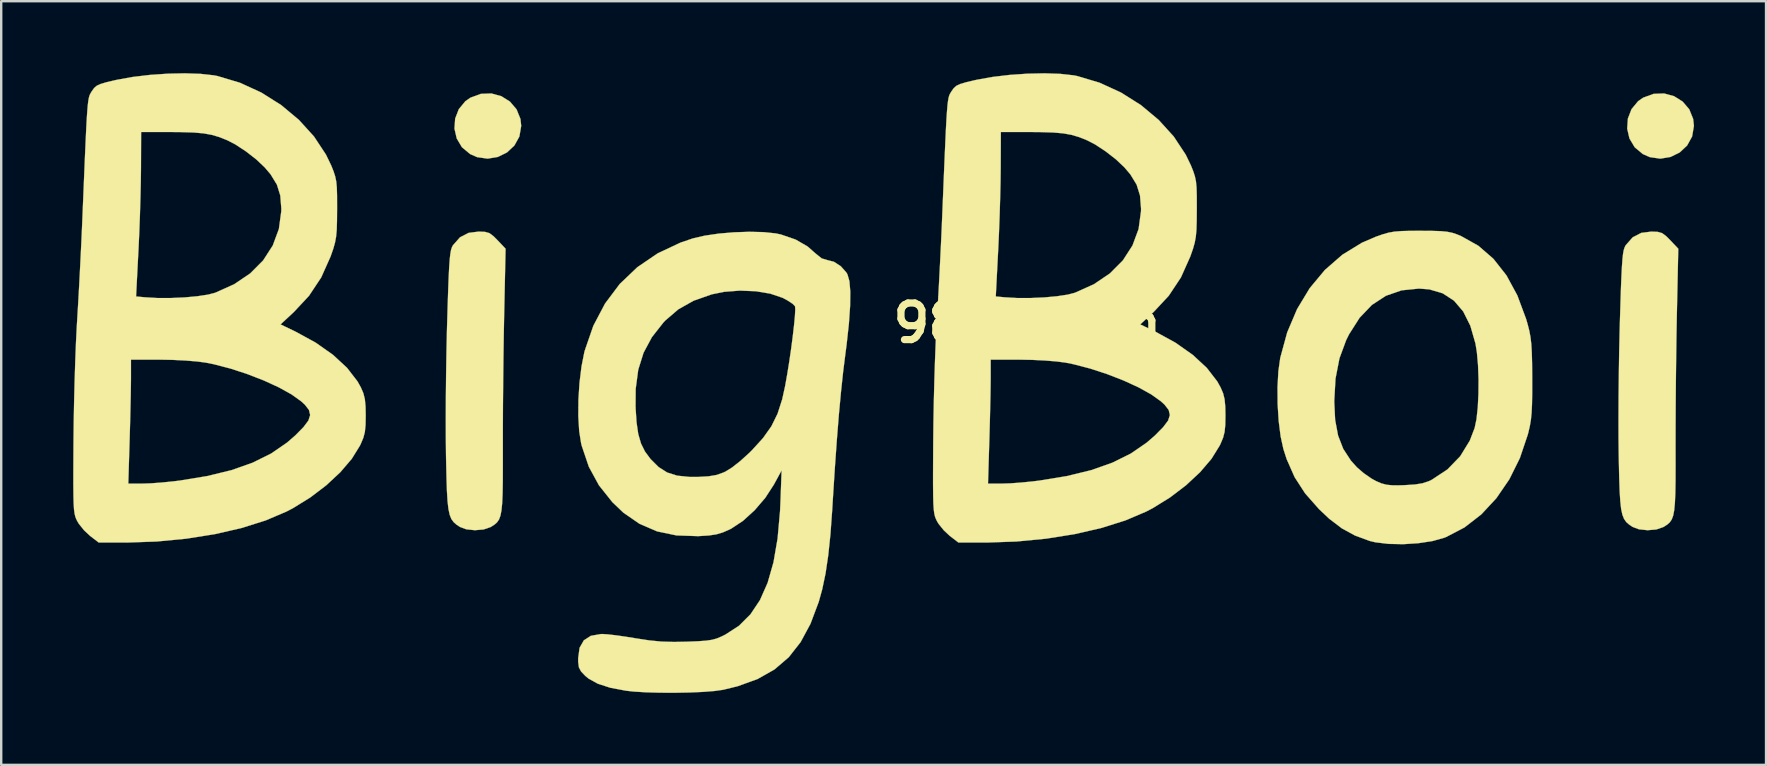
<source format=kicad_pcb>
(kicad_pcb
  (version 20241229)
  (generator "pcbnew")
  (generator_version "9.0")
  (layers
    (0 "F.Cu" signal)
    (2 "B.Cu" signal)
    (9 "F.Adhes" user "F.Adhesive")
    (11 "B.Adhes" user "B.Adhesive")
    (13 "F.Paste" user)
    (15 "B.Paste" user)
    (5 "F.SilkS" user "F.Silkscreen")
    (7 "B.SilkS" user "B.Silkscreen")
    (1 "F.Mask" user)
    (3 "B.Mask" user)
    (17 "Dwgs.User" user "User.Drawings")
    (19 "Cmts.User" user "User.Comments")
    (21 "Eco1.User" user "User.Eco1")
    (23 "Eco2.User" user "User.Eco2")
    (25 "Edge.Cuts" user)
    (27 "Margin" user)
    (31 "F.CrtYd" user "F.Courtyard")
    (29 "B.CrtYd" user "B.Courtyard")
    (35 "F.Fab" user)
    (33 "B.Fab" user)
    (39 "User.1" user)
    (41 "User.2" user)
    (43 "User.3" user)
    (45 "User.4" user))
  (footprint "98x55mm"
    (layer "F.Cu")
    (at 39.744 10.408)
    (property "Reference" "98x55mm" (at 0 0 0) (layer "F.SilkS") (effects (font (size 1.524 1.524) (thickness 0.3))))
    (attr through_hole)
    (fp_poly (pts (xy -21.91 -9.451) (xy -21.551 -9.226) (xy -21.276 -8.904) (xy -21.113 -8.502) (xy -21.082 -8.213) (xy -21.158 -7.771) (xy -21.365 -7.397) (xy -21.674 -7.108) (xy -22.056 -6.92) (xy -22.48 -6.849) (xy -22.918 -6.912) (xy -23.211 -7.041) (xy -23.551 -7.325) (xy -23.768 -7.69) (xy -23.862 -8.1) (xy -23.833 -8.519) (xy -23.681 -8.911) (xy -23.408 -9.242) (xy -23.198 -9.388) (xy -22.763 -9.548) (xy -22.324 -9.564) (xy -21.91 -9.451)) (stroke (width 0.01) (type solid)) (fill yes) (layer "F.SilkS"))
    (fp_poly (pts (xy 26.943 -9.451) (xy 27.302 -9.226) (xy 27.577 -8.904) (xy 27.739 -8.502) (xy 27.771 -8.213) (xy 27.695 -7.771) (xy 27.488 -7.397) (xy 27.179 -7.108) (xy 26.797 -6.92) (xy 26.373 -6.849) (xy 25.935 -6.912) (xy 25.642 -7.041) (xy 25.302 -7.325) (xy 25.085 -7.69) (xy 24.991 -8.1) (xy 25.02 -8.519) (xy 25.171 -8.911) (xy 25.445 -9.242) (xy 25.654 -9.388) (xy 26.09 -9.548) (xy 26.529 -9.564) (xy 26.943 -9.451)) (stroke (width 0.01) (type solid)) (fill yes) (layer "F.SilkS"))
    (fp_poly (pts (xy -22.59 -3.799) (xy -22.406 -3.746) (xy -22.235 -3.618) (xy -22.072 -3.454) (xy -21.733 -3.098) (xy -21.792 -0.359) (xy -21.808 0.489) (xy -21.822 1.449) (xy -21.833 2.463) (xy -21.842 3.473) (xy -21.846 4.421) (xy -21.846 5.133) (xy -21.846 5.934) (xy -21.848 6.583) (xy -21.857 7.099) (xy -21.874 7.499) (xy -21.904 7.801) (xy -21.947 8.024) (xy -22.007 8.185) (xy -22.088 8.302) (xy -22.19 8.392) (xy -22.318 8.475) (xy -22.355 8.498) (xy -22.647 8.598) (xy -23.012 8.629) (xy -23.371 8.591) (xy -23.633 8.493) (xy -23.781 8.395) (xy -23.899 8.29) (xy -23.992 8.16) (xy -24.062 7.984) (xy -24.113 7.743) (xy -24.15 7.419) (xy -24.176 6.99) (xy -24.194 6.438) (xy -24.21 5.743) (xy -24.215 5.461) (xy -24.222 4.767) (xy -24.224 3.949) (xy -24.22 3.05) (xy -24.21 2.116) (xy -24.195 1.191) (xy -24.176 0.32) (xy -24.168 0.042) (xy -24.144 -0.767) (xy -24.122 -1.424) (xy -24.102 -1.947) (xy -24.081 -2.352) (xy -24.059 -2.658) (xy -24.034 -2.881) (xy -24.006 -3.039) (xy -23.972 -3.149) (xy -23.932 -3.229) (xy -23.924 -3.241) (xy -23.631 -3.573) (xy -23.273 -3.757) (xy -22.855 -3.81) (xy -22.59 -3.799)) (stroke (width 0.01) (type solid)) (fill yes) (layer "F.SilkS"))
    (fp_poly (pts (xy 26.263 -3.799) (xy 26.447 -3.746) (xy 26.618 -3.618) (xy 26.781 -3.454) (xy 27.119 -3.098) (xy 27.06 -0.359) (xy 27.044 0.489) (xy 27.031 1.449) (xy 27.019 2.463) (xy 27.011 3.473) (xy 27.007 4.421) (xy 27.006 5.133) (xy 27.007 5.934) (xy 27.005 6.583) (xy 26.996 7.099) (xy 26.978 7.499) (xy 26.949 7.801) (xy 26.906 8.024) (xy 26.845 8.185) (xy 26.765 8.302) (xy 26.663 8.392) (xy 26.535 8.475) (xy 26.497 8.498) (xy 26.205 8.598) (xy 25.841 8.629) (xy 25.481 8.591) (xy 25.22 8.493) (xy 25.072 8.395) (xy 24.953 8.29) (xy 24.861 8.16) (xy 24.791 7.984) (xy 24.739 7.743) (xy 24.703 7.419) (xy 24.677 6.99) (xy 24.658 6.438) (xy 24.643 5.743) (xy 24.638 5.461) (xy 24.63 4.767) (xy 24.629 3.949) (xy 24.633 3.05) (xy 24.643 2.116) (xy 24.657 1.191) (xy 24.677 0.32) (xy 24.684 0.042) (xy 24.709 -0.767) (xy 24.73 -1.424) (xy 24.751 -1.947) (xy 24.772 -2.352) (xy 24.794 -2.658) (xy 24.818 -2.881) (xy 24.847 -3.039) (xy 24.881 -3.149) (xy 24.921 -3.229) (xy 24.928 -3.241) (xy 25.222 -3.573) (xy 25.579 -3.757) (xy 25.998 -3.81) (xy 26.263 -3.799)) (stroke (width 0.01) (type solid)) (fill yes) (layer "F.SilkS"))
    (fp_poly (pts (xy 16.869 -3.84) (xy 17.224 -3.829) (xy 17.488 -3.804) (xy 17.7 -3.761) (xy 17.899 -3.695) (xy 18.065 -3.627) (xy 18.788 -3.222) (xy 19.42 -2.675) (xy 19.963 -1.984) (xy 20.416 -1.149) (xy 20.78 -0.171) (xy 20.846 0.057) (xy 20.913 0.321) (xy 20.962 0.581) (xy 20.996 0.869) (xy 21.017 1.22) (xy 21.029 1.667) (xy 21.034 2.246) (xy 21.034 2.328) (xy 21.034 2.92) (xy 21.026 3.377) (xy 21.009 3.735) (xy 20.98 4.028) (xy 20.935 4.293) (xy 20.872 4.563) (xy 20.847 4.657) (xy 20.52 5.625) (xy 20.08 6.511) (xy 19.54 7.298) (xy 18.914 7.97) (xy 18.213 8.514) (xy 17.45 8.912) (xy 17.367 8.944) (xy 16.881 9.081) (xy 16.294 9.17) (xy 15.663 9.211) (xy 15.047 9.199) (xy 14.503 9.133) (xy 14.266 9.077) (xy 13.654 8.852) (xy 13.106 8.553) (xy 12.577 8.151) (xy 12.148 7.746) (xy 11.574 7.094) (xy 11.137 6.419) (xy 10.805 5.668) (xy 10.67 5.249) (xy 10.554 4.72) (xy 10.473 4.077) (xy 10.429 3.376) (xy 10.429 3.26) (xy 12.787 3.26) (xy 12.825 4.035) (xy 12.947 4.686) (xy 13.162 5.241) (xy 13.481 5.73) (xy 13.73 6.007) (xy 14.016 6.254) (xy 14.344 6.481) (xy 14.52 6.579) (xy 14.752 6.679) (xy 14.969 6.736) (xy 15.225 6.76) (xy 15.578 6.758) (xy 15.709 6.753) (xy 16.143 6.726) (xy 16.463 6.675) (xy 16.723 6.589) (xy 16.852 6.528) (xy 17.504 6.096) (xy 18.034 5.55) (xy 18.435 4.896) (xy 18.636 4.373) (xy 18.714 4.003) (xy 18.767 3.51) (xy 18.795 2.94) (xy 18.799 2.337) (xy 18.777 1.747) (xy 18.729 1.213) (xy 18.671 0.855) (xy 18.458 0.114) (xy 18.161 -0.481) (xy 17.778 -0.931) (xy 17.308 -1.238) (xy 16.748 -1.404) (xy 16.317 -1.437) (xy 15.591 -1.363) (xy 14.937 -1.136) (xy 14.355 -0.755) (xy 13.844 -0.221) (xy 13.406 0.466) (xy 13.284 0.712) (xy 13.004 1.471) (xy 12.84 2.318) (xy 12.787 3.26) (xy 10.429 3.26) (xy 10.424 2.669) (xy 10.46 2.009) (xy 10.538 1.451) (xy 10.538 1.45) (xy 10.828 0.388) (xy 11.24 -0.583) (xy 11.766 -1.454) (xy 12.397 -2.212) (xy 13.124 -2.846) (xy 13.939 -3.346) (xy 14.521 -3.597) (xy 14.807 -3.697) (xy 15.051 -3.766) (xy 15.295 -3.809) (xy 15.584 -3.832) (xy 15.961 -3.842) (xy 16.383 -3.843) (xy 16.869 -3.84)) (stroke (width 0.01) (type solid)) (fill yes) (layer "F.SilkS"))
    (fp_poly (pts (xy -10.984 -3.788) (xy -10.485 -3.736) (xy -10.267 -3.691) (xy -9.646 -3.477) (xy -9.148 -3.188) (xy -8.831 -2.908) (xy -8.565 -2.694) (xy -8.336 -2.625) (xy -8.054 -2.553) (xy -7.768 -2.367) (xy -7.537 -2.107) (xy -7.492 -2.03) (xy -7.41 -1.747) (xy -7.372 -1.307) (xy -7.38 -0.715) (xy -7.431 0.023) (xy -7.527 0.901) (xy -7.577 1.283) (xy -7.672 2.037) (xy -7.761 2.872) (xy -7.848 3.805) (xy -7.932 4.854) (xy -8.016 6.033) (xy -8.101 7.361) (xy -8.125 7.765) (xy -8.199 8.791) (xy -8.291 9.672) (xy -8.404 10.432) (xy -8.543 11.095) (xy -8.687 11.613) (xy -9.03 12.525) (xy -9.442 13.29) (xy -9.937 13.921) (xy -10.53 14.429) (xy -11.232 14.827) (xy -12.059 15.127) (xy -12.667 15.276) (xy -13.017 15.326) (xy -13.495 15.364) (xy -14.06 15.389) (xy -14.672 15.4) (xy -15.29 15.398) (xy -15.873 15.382) (xy -16.381 15.352) (xy -16.718 15.315) (xy -17.378 15.19) (xy -17.89 15.024) (xy -18.274 14.812) (xy -18.41 14.7) (xy -18.589 14.513) (xy -18.678 14.344) (xy -18.708 14.119) (xy -18.709 13.96) (xy -18.65 13.528) (xy -18.474 13.218) (xy -18.179 13.028) (xy -17.762 12.955) (xy -17.693 12.954) (xy -17.47 12.969) (xy -17.129 13.008) (xy -16.717 13.067) (xy -16.312 13.133) (xy -15.742 13.22) (xy -15.238 13.269) (xy -14.717 13.284) (xy -14.182 13.274) (xy -13.719 13.255) (xy -13.384 13.231) (xy -13.136 13.195) (xy -12.932 13.139) (xy -12.731 13.054) (xy -12.573 12.975) (xy -12.011 12.611) (xy -11.533 12.135) (xy -11.135 11.54) (xy -10.816 10.819) (xy -10.572 9.965) (xy -10.401 8.972) (xy -10.299 7.831) (xy -10.28 7.408) (xy -10.234 6.138) (xy -10.557 6.73) (xy -10.914 7.28) (xy -11.356 7.796) (xy -11.841 8.237) (xy -12.329 8.561) (xy -12.401 8.598) (xy -12.684 8.722) (xy -12.95 8.801) (xy -13.26 8.848) (xy -13.674 8.874) (xy -13.718 8.876) (xy -14.614 8.846) (xy -15.421 8.678) (xy -16.152 8.364) (xy -16.823 7.901) (xy -17.284 7.461) (xy -17.845 6.757) (xy -18.265 5.985) (xy -18.559 5.117) (xy -18.586 5.008) (xy -18.666 4.502) (xy -18.703 3.88) (xy -18.7 3.514) (xy -16.318 3.514) (xy -16.277 4.135) (xy -16.206 4.623) (xy -16.092 5.016) (xy -15.927 5.35) (xy -15.698 5.659) (xy -15.693 5.665) (xy -15.358 5.999) (xy -15.002 6.225) (xy -14.585 6.357) (xy -14.07 6.41) (xy -13.716 6.41) (xy -13.283 6.385) (xy -12.954 6.33) (xy -12.667 6.23) (xy -12.573 6.187) (xy -12.301 6.019) (xy -11.962 5.753) (xy -11.596 5.422) (xy -11.471 5.299) (xy -11.008 4.79) (xy -10.66 4.3) (xy -10.403 3.778) (xy -10.209 3.176) (xy -10.088 2.625) (xy -10.001 2.137) (xy -9.916 1.611) (xy -9.838 1.077) (xy -9.771 0.564) (xy -9.717 0.1) (xy -9.68 -0.284) (xy -9.665 -0.56) (xy -9.674 -0.698) (xy -9.773 -0.801) (xy -9.98 -0.938) (xy -10.204 -1.056) (xy -10.708 -1.226) (xy -11.314 -1.326) (xy -11.97 -1.352) (xy -12.626 -1.302) (xy -13.146 -1.196) (xy -13.903 -0.93) (xy -14.537 -0.572) (xy -15.081 -0.105) (xy -15.158 -0.023) (xy -15.638 0.588) (xy -15.985 1.236) (xy -16.207 1.946) (xy -16.313 2.745) (xy -16.318 3.514) (xy -18.7 3.514) (xy -18.698 3.193) (xy -18.653 2.487) (xy -18.57 1.811) (xy -18.452 1.213) (xy -18.433 1.143) (xy -18.077 0.113) (xy -17.589 -0.813) (xy -16.977 -1.628) (xy -16.244 -2.327) (xy -15.397 -2.904) (xy -14.442 -3.353) (xy -13.931 -3.526) (xy -13.437 -3.641) (xy -12.849 -3.727) (xy -12.213 -3.781) (xy -11.576 -3.802) (xy -10.984 -3.788)) (stroke (width 0.01) (type solid)) (fill yes) (layer "F.SilkS"))
    (fp_poly (pts (xy -34.437 -10.381) (xy -33.887 -10.32) (xy -33.736 -10.291) (xy -32.801 -10.012) (xy -31.909 -9.603) (xy -31.082 -9.082) (xy -30.343 -8.465) (xy -29.713 -7.771) (xy -29.214 -7.016) (xy -28.995 -6.562) (xy -28.898 -6.319) (xy -28.831 -6.111) (xy -28.787 -5.9) (xy -28.763 -5.645) (xy -28.753 -5.306) (xy -28.752 -4.845) (xy -28.752 -4.741) (xy -28.756 -4.249) (xy -28.767 -3.882) (xy -28.793 -3.598) (xy -28.838 -3.353) (xy -28.908 -3.103) (xy -29.011 -2.806) (xy -29.024 -2.77) (xy -29.413 -1.901) (xy -29.922 -1.135) (xy -30.553 -0.459) (xy -31.108 0.056) (xy -30.477 0.36) (xy -29.64 0.818) (xy -28.922 1.324) (xy -28.337 1.865) (xy -27.901 2.43) (xy -27.759 2.685) (xy -27.656 2.926) (xy -27.595 3.172) (xy -27.566 3.48) (xy -27.559 3.852) (xy -27.566 4.248) (xy -27.595 4.536) (xy -27.657 4.777) (xy -27.765 5.033) (xy -27.801 5.108) (xy -28.14 5.655) (xy -28.617 6.213) (xy -29.203 6.759) (xy -29.871 7.267) (xy -30.593 7.713) (xy -30.861 7.853) (xy -31.728 8.222) (xy -32.73 8.537) (xy -33.838 8.792) (xy -35.026 8.981) (xy -36.265 9.1) (xy -37.528 9.144) (xy -37.589 9.144) (xy -38.68 9.144) (xy -39.038 8.869) (xy -39.289 8.636) (xy -39.507 8.366) (xy -39.574 8.255) (xy -39.621 8.159) (xy -39.659 8.058) (xy -39.688 7.932) (xy -39.71 7.765) (xy -39.725 7.536) (xy -39.734 7.228) (xy -39.738 6.822) (xy -39.739 6.689) (xy -37.45 6.689) (xy -36.859 6.689) (xy -36.519 6.677) (xy -36.079 6.645) (xy -35.606 6.598) (xy -35.316 6.563) (xy -34.158 6.373) (xy -33.146 6.126) (xy -32.266 5.815) (xy -31.5 5.435) (xy -30.836 4.979) (xy -30.493 4.681) (xy -30.153 4.336) (xy -29.947 4.062) (xy -29.873 3.831) (xy -29.924 3.619) (xy -30.096 3.398) (xy -30.247 3.26) (xy -30.646 2.974) (xy -31.176 2.68) (xy -31.801 2.393) (xy -32.485 2.127) (xy -33.191 1.896) (xy -33.882 1.716) (xy -34.233 1.646) (xy -34.595 1.599) (xy -35.069 1.56) (xy -35.597 1.534) (xy -36.12 1.524) (xy -36.132 1.524) (xy -37.338 1.524) (xy -37.338 2.265) (xy -37.341 2.579) (xy -37.348 3.024) (xy -37.36 3.559) (xy -37.374 4.146) (xy -37.391 4.746) (xy -37.394 4.847) (xy -37.45 6.689) (xy -39.739 6.689) (xy -39.739 6.299) (xy -39.736 5.642) (xy -39.732 4.953) (xy -39.723 4.141) (xy -39.707 3.278) (xy -39.685 2.405) (xy -39.658 1.563) (xy -39.628 0.795) (xy -39.595 0.141) (xy -39.584 -0.042) (xy -39.541 -0.759) (xy -39.521 -1.108) (xy -37.126 -1.108) (xy -36.745 -1.072) (xy -36.236 -1.043) (xy -35.674 -1.043) (xy -35.105 -1.068) (xy -34.574 -1.117) (xy -34.126 -1.185) (xy -33.831 -1.262) (xy -33.04 -1.617) (xy -32.371 -2.069) (xy -31.832 -2.61) (xy -31.432 -3.23) (xy -31.177 -3.917) (xy -31.076 -4.662) (xy -31.075 -4.776) (xy -31.118 -5.313) (xy -31.259 -5.767) (xy -31.521 -6.195) (xy -31.765 -6.483) (xy -32.118 -6.817) (xy -32.55 -7.153) (xy -32.994 -7.444) (xy -33.316 -7.611) (xy -33.649 -7.745) (xy -33.97 -7.84) (xy -34.318 -7.903) (xy -34.735 -7.939) (xy -35.258 -7.955) (xy -35.623 -7.958) (xy -36.915 -7.959) (xy -36.921 -6.456) (xy -36.928 -5.888) (xy -36.944 -5.208) (xy -36.966 -4.472) (xy -36.994 -3.735) (xy -37.025 -3.054) (xy -37.027 -3.031) (xy -37.126 -1.108) (xy -39.521 -1.108) (xy -39.495 -1.583) (xy -39.45 -2.452) (xy -39.408 -3.305) (xy -39.373 -4.08) (xy -39.367 -4.233) (xy -39.323 -5.291) (xy -39.286 -6.193) (xy -39.254 -6.952) (xy -39.226 -7.582) (xy -39.202 -8.095) (xy -39.18 -8.505) (xy -39.158 -8.825) (xy -39.138 -9.069) (xy -39.116 -9.249) (xy -39.093 -9.38) (xy -39.068 -9.473) (xy -39.038 -9.542) (xy -39.004 -9.601) (xy -38.968 -9.658) (xy -38.875 -9.789) (xy -38.767 -9.884) (xy -38.606 -9.959) (xy -38.358 -10.033) (xy -37.986 -10.12) (xy -37.915 -10.135) (xy -37.267 -10.252) (xy -36.551 -10.337) (xy -35.812 -10.388) (xy -35.093 -10.403) (xy -34.437 -10.381)) (stroke (width 0.01) (type solid)) (fill yes) (layer "F.SilkS"))
    (fp_poly (pts (xy 1.377 -10.381) (xy 1.927 -10.32) (xy 2.078 -10.291) (xy 3.013 -10.012) (xy 3.905 -9.603) (xy 4.732 -9.082) (xy 5.471 -8.465) (xy 6.101 -7.771) (xy 6.6 -7.016) (xy 6.819 -6.562) (xy 6.916 -6.319) (xy 6.983 -6.111) (xy 7.027 -5.9) (xy 7.051 -5.645) (xy 7.061 -5.306) (xy 7.062 -4.845) (xy 7.062 -4.741) (xy 7.058 -4.249) (xy 7.047 -3.882) (xy 7.021 -3.598) (xy 6.976 -3.353) (xy 6.906 -3.103) (xy 6.803 -2.806) (xy 6.79 -2.77) (xy 6.401 -1.901) (xy 5.892 -1.135) (xy 5.261 -0.459) (xy 4.706 0.056) (xy 5.337 0.36) (xy 6.174 0.818) (xy 6.892 1.324) (xy 7.477 1.865) (xy 7.913 2.43) (xy 8.055 2.685) (xy 8.158 2.926) (xy 8.219 3.172) (xy 8.248 3.48) (xy 8.255 3.852) (xy 8.248 4.248) (xy 8.219 4.536) (xy 8.157 4.777) (xy 8.049 5.033) (xy 8.013 5.108) (xy 7.674 5.655) (xy 7.197 6.213) (xy 6.611 6.759) (xy 5.943 7.267) (xy 5.221 7.713) (xy 4.953 7.853) (xy 4.086 8.222) (xy 3.084 8.537) (xy 1.976 8.792) (xy 0.788 8.981) (xy -0.451 9.1) (xy -1.714 9.144) (xy -1.775 9.144) (xy -2.866 9.144) (xy -3.224 8.869) (xy -3.475 8.636) (xy -3.693 8.366) (xy -3.76 8.255) (xy -3.807 8.159) (xy -3.845 8.058) (xy -3.874 7.932) (xy -3.896 7.765) (xy -3.911 7.536) (xy -3.92 7.228) (xy -3.924 6.822) (xy -3.925 6.689) (xy -1.636 6.689) (xy -1.045 6.689) (xy -0.705 6.677) (xy -0.265 6.645) (xy 0.208 6.598) (xy 0.498 6.563) (xy 1.656 6.373) (xy 2.668 6.126) (xy 3.548 5.815) (xy 4.314 5.435) (xy 4.978 4.979) (xy 5.321 4.681) (xy 5.661 4.336) (xy 5.867 4.062) (xy 5.941 3.831) (xy 5.89 3.619) (xy 5.718 3.398) (xy 5.567 3.26) (xy 5.168 2.974) (xy 4.638 2.68) (xy 4.013 2.393) (xy 3.329 2.127) (xy 2.623 1.896) (xy 1.932 1.716) (xy 1.581 1.646) (xy 1.219 1.599) (xy 0.745 1.56) (xy 0.217 1.534) (xy -0.306 1.524) (xy -0.318 1.524) (xy -1.524 1.524) (xy -1.524 2.265) (xy -1.527 2.579) (xy -1.534 3.024) (xy -1.546 3.559) (xy -1.56 4.146) (xy -1.577 4.746) (xy -1.58 4.847) (xy -1.636 6.689) (xy -3.925 6.689) (xy -3.925 6.299) (xy -3.922 5.642) (xy -3.918 4.953) (xy -3.909 4.141) (xy -3.893 3.278) (xy -3.871 2.405) (xy -3.844 1.563) (xy -3.814 0.795) (xy -3.781 0.141) (xy -3.77 -0.042) (xy -3.727 -0.759) (xy -3.707 -1.108) (xy -1.312 -1.108) (xy -0.931 -1.072) (xy -0.422 -1.043) (xy 0.14 -1.043) (xy 0.709 -1.068) (xy 1.24 -1.117) (xy 1.688 -1.185) (xy 1.983 -1.262) (xy 2.774 -1.617) (xy 3.443 -2.069) (xy 3.982 -2.61) (xy 4.382 -3.23) (xy 4.637 -3.917) (xy 4.738 -4.662) (xy 4.739 -4.776) (xy 4.696 -5.313) (xy 4.555 -5.767) (xy 4.293 -6.195) (xy 4.049 -6.483) (xy 3.696 -6.817) (xy 3.264 -7.153) (xy 2.82 -7.444) (xy 2.498 -7.611) (xy 2.165 -7.745) (xy 1.844 -7.84) (xy 1.496 -7.903) (xy 1.079 -7.939) (xy 0.556 -7.955) (xy 0.191 -7.958) (xy -1.101 -7.959) (xy -1.107 -6.456) (xy -1.114 -5.888) (xy -1.13 -5.208) (xy -1.152 -4.472) (xy -1.18 -3.735) (xy -1.211 -3.054) (xy -1.213 -3.031) (xy -1.312 -1.108) (xy -3.707 -1.108) (xy -3.681 -1.583) (xy -3.636 -2.452) (xy -3.594 -3.305) (xy -3.559 -4.08) (xy -3.553 -4.233) (xy -3.509 -5.291) (xy -3.472 -6.193) (xy -3.44 -6.952) (xy -3.412 -7.582) (xy -3.388 -8.095) (xy -3.366 -8.505) (xy -3.344 -8.825) (xy -3.324 -9.069) (xy -3.302 -9.249) (xy -3.279 -9.38) (xy -3.254 -9.473) (xy -3.224 -9.542) (xy -3.19 -9.601) (xy -3.154 -9.658) (xy -3.061 -9.789) (xy -2.953 -9.884) (xy -2.792 -9.959) (xy -2.544 -10.033) (xy -2.172 -10.12) (xy -2.101 -10.135) (xy -1.453 -10.252) (xy -0.737 -10.337) (xy 0.002 -10.388) (xy 0.721 -10.403) (xy 1.377 -10.381)) (stroke (width 0.01) (type solid)) (fill yes) (layer "F.SilkS")))
  (gr_rect
    (start -3 -3)
    (end 70.519 28.813)
    (stroke (width 0.1) (type default))
    (fill no)
    (layer "Edge.Cuts")))
</source>
